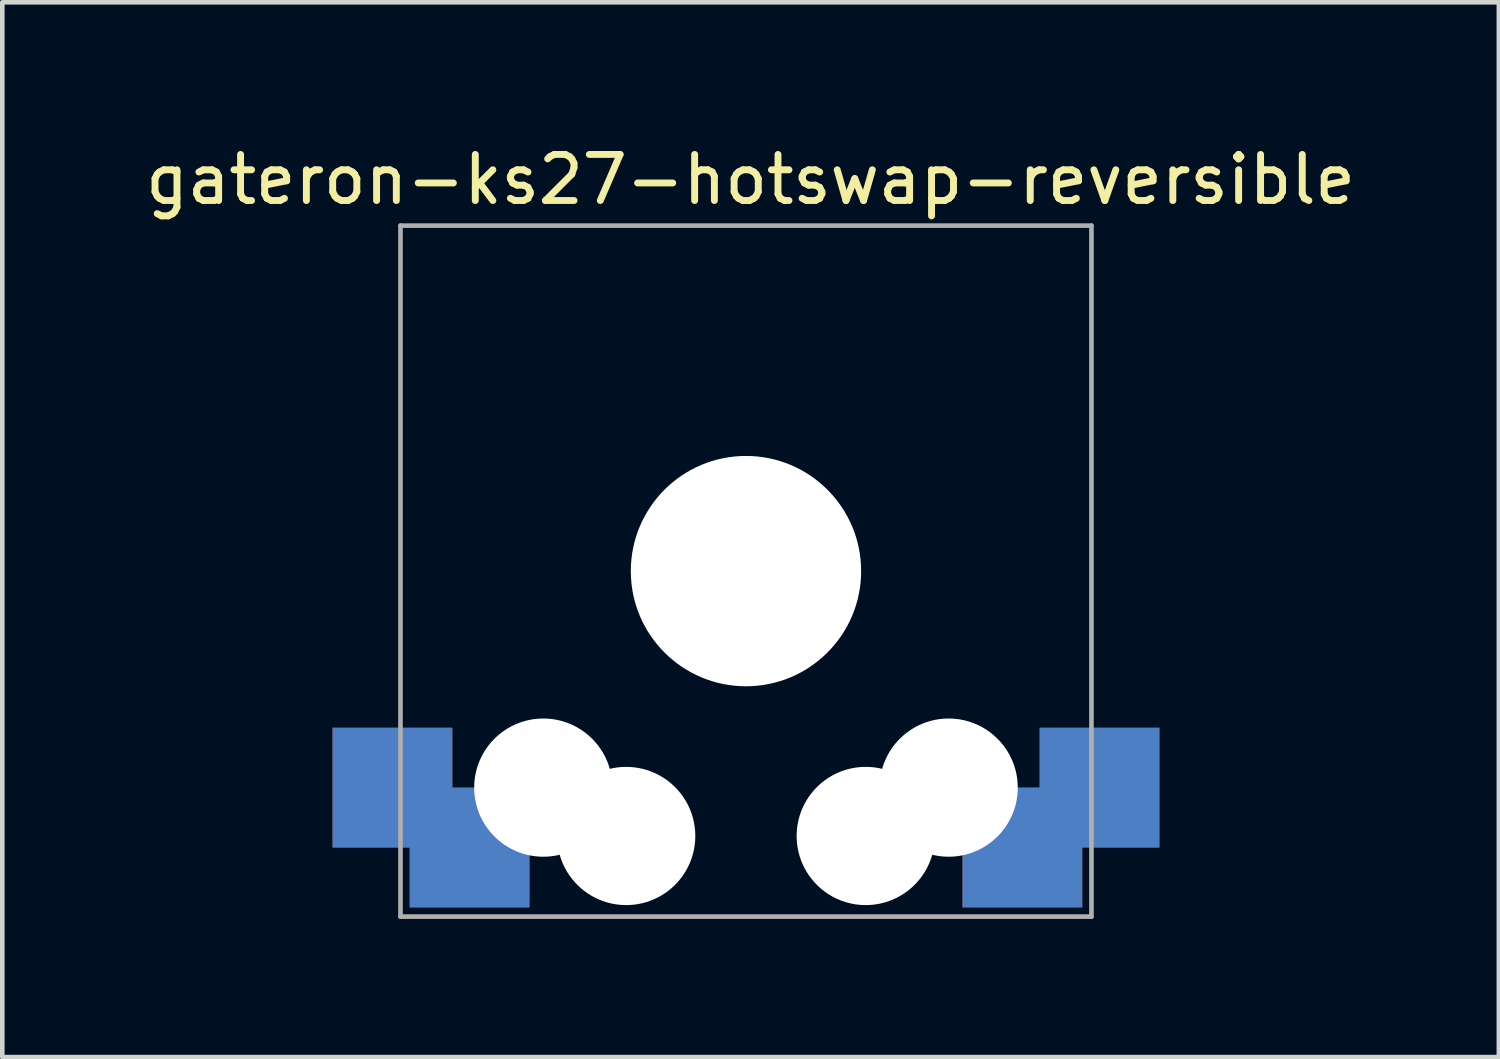
<source format=kicad_pcb>
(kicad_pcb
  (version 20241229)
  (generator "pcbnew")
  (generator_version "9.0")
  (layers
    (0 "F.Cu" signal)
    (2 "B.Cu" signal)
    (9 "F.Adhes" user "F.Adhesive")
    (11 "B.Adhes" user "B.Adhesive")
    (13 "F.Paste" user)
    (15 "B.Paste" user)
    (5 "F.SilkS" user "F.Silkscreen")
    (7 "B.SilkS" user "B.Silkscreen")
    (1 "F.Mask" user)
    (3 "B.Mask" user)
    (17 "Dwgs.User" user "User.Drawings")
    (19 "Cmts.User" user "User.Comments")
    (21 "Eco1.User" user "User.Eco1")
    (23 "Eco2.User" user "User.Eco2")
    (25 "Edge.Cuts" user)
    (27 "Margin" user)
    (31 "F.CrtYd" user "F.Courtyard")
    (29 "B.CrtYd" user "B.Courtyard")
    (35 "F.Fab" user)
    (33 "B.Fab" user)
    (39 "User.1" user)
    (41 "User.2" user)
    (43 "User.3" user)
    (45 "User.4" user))
  (footprint "gateron-ks27-hotswap-reversible"
    (layer "F.Cu")
    (at 13.144 9.348)
    (property "Reference" "gateron-ks27-hotswap-reversible" (at 0.1 -8.5 0) (unlocked yes) (layer "F.SilkS") (effects (font (size 1 1) (thickness 0.15))))
    (attr through_hole)
    (fp_line (start -7 -7) (end -7 7) (stroke (width 0.12) (type solid)) (layer "Eco2.User"))
    (fp_line (start -7 7) (end 7 7) (stroke (width 0.12) (type solid)) (layer "Eco2.User"))
    (fp_line (start -3.2 -6.3) (end -3.2 -3.1) (stroke (width 0.12) (type solid)) (layer "Eco2.User"))
    (fp_line (start 1.8 -6.3) (end -3.2 -6.3) (stroke (width 0.12) (type solid)) (layer "Eco2.User"))
    (fp_line (start 1.8 -6.3) (end 1.8 -3.1) (stroke (width 0.12) (type solid)) (layer "Eco2.User"))
    (fp_line (start 1.8 -3.1) (end -3.2 -3.1) (stroke (width 0.12) (type solid)) (layer "Eco2.User"))
    (fp_line (start 7 -7) (end -7 -7) (stroke (width 0.12) (type solid)) (layer "Eco2.User"))
    (fp_line (start 7 7) (end 7 -7) (stroke (width 0.12) (type solid)) (layer "Eco2.User"))
    (fp_line (start -7.5 -7.5) (end -7.5 7.5) (stroke (width 0.1) (type solid)) (layer "F.Fab"))
    (fp_line (start -7.5 7.5) (end 7.5 7.5) (stroke (width 0.1) (type solid)) (layer "F.Fab"))
    (fp_line (start 7.5 -7.5) (end -7.5 -7.5) (stroke (width 0.1) (type solid)) (layer "F.Fab"))
    (fp_line (start 7.5 7.5) (end 7.5 -7.5) (stroke (width 0.1) (type solid)) (layer "F.Fab"))
    (pad "" np_thru_hole circle (at -4.4 4.7) (size 3 3) (drill 3) (layers "*.Cu" "*.Mask"))
    (pad "" np_thru_hole circle (at -2.6 5.75) (size 3 3) (drill 3) (layers "*.Cu" "*.Mask"))
    (pad "" np_thru_hole circle (at 0 0) (size 5 5) (drill 5) (layers "*.Cu" "*.Mask"))
    (pad "" np_thru_hole circle (at 2.6 5.75) (size 3 3) (drill 3) (layers "*.Cu" "*.Mask"))
    (pad "" np_thru_hole circle (at 4.4 4.7) (size 3 3) (drill 3) (layers "*.Cu" "*.Mask"))
    (pad "1" smd rect (at -7.675 4.7) (size 2.6 2.6) (layers "F.Cu" "F.Mask" "F.Paste"))
    (pad "1" smd rect (at -7.675 4.7) (size 2.6 2.6) (layers "B.Cu" "B.Mask" "B.Paste"))
    (pad "1" smd rect (at -6 6) (size 2.6 2.6) (layers "F.Cu" "F.Mask" "F.Paste"))
    (pad "1" smd rect (at -6 6) (size 2.6 2.6) (layers "B.Cu" "B.Mask" "B.Paste"))
    (pad "2" smd rect (at 6 6) (size 2.6 2.6) (layers "F.Cu" "F.Mask" "F.Paste"))
    (pad "2" smd rect (at 6 6) (size 2.6 2.6) (layers "B.Cu" "B.Mask" "B.Paste"))
    (pad "2" smd rect (at 7.675 4.7) (size 2.6 2.6) (layers "F.Cu" "F.Mask" "F.Paste"))
    (pad "2" smd rect (at 7.675 4.7) (size 2.6 2.6) (layers "B.Cu" "B.Mask" "B.Paste")))
  (gr_rect
    (start -3 -3)
    (end 29.488 19.898)
    (stroke (width 0.1) (type default))
    (fill no)
    (layer "Edge.Cuts")))
</source>
